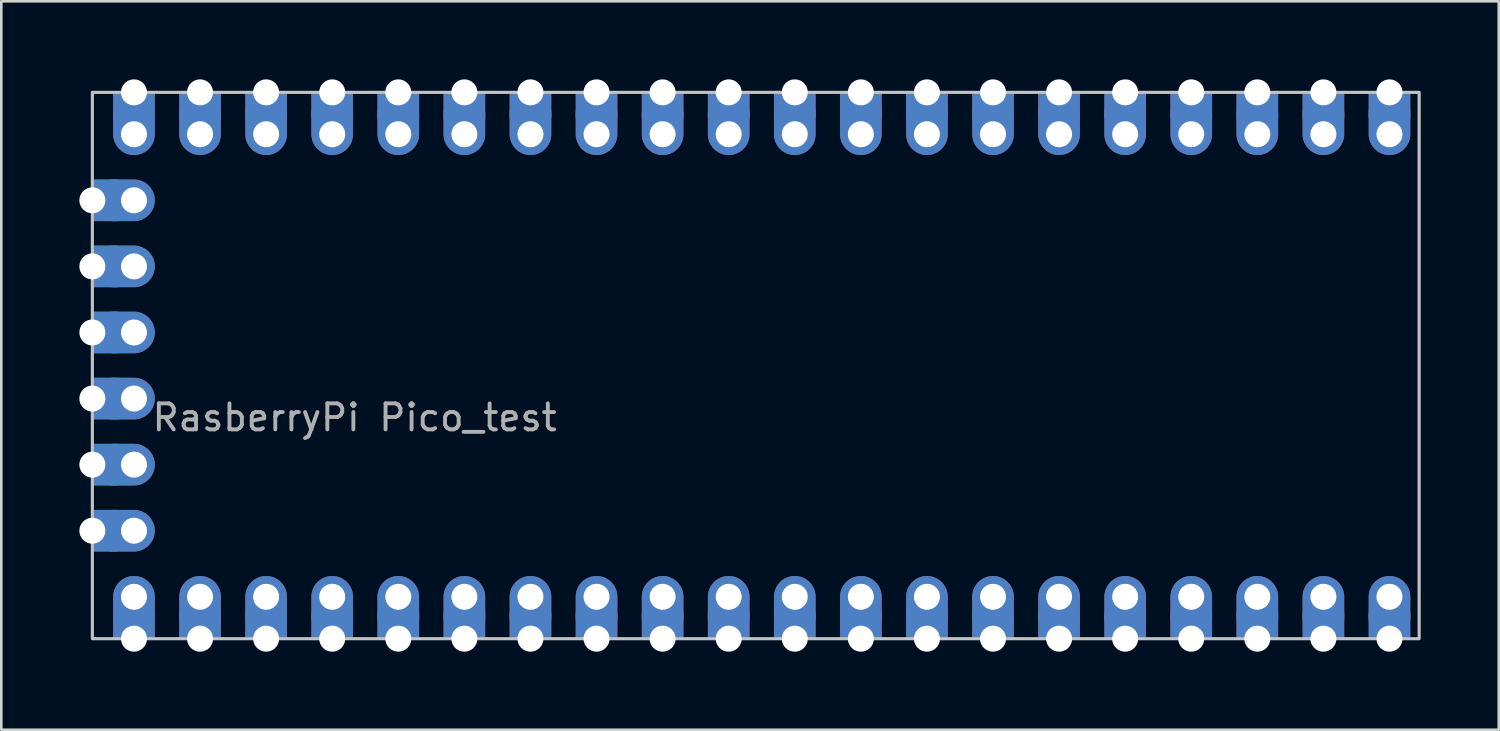
<source format=kicad_pcb>
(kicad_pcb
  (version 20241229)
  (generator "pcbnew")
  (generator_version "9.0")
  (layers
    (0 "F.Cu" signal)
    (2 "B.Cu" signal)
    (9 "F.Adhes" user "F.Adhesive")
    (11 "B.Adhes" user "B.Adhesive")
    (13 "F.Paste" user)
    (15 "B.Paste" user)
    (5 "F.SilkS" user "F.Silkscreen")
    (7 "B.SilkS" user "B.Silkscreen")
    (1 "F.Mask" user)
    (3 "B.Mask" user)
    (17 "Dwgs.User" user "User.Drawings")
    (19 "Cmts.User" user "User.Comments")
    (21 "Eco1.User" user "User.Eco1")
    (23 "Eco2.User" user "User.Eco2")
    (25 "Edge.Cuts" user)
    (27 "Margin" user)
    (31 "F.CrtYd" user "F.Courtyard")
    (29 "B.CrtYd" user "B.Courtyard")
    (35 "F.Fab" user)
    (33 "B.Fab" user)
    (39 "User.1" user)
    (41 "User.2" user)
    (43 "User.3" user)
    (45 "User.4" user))
  (footprint "RasberryPi Pico_test"
    (layer "F.Cu")
    (at 0.5 0.5)
    (property "Reference" "RasberryPi Pico_test" (at 10.08 12.5 0) (unlocked yes) (layer "F.Fab") (effects (font (size 1 1) (thickness 0.15))))
    (attr through_hole exclude_from_pos_files exclude_from_bom allow_missing_courtyard)
    (fp_rect (start 0 0) (end 51 21) (stroke (width 0.12) (type solid)) (fill no) (layer "Dwgs.User"))
    (pad "1" thru_hole rect (at 49.86 0) (size 1.6 1) (drill 1 (offset 0 0.5)) (property pad_prop_castellated) (layers "*.Cu" "*.Mask"))
    (pad "1" thru_hole oval (at 49.86 1.61) (size 1.6 2.4) (drill 1 (offset 0 -0.4)) (layers "*.Cu" "*.Mask"))
    (pad "2" thru_hole rect (at 47.32 0) (size 1.6 1) (drill 1 (offset 0 0.5)) (property pad_prop_castellated) (layers "*.Cu" "*.Mask"))
    (pad "2" thru_hole oval (at 47.32 1.61) (size 1.6 2.4) (drill 1 (offset 0 -0.4)) (layers "*.Cu" "*.Mask"))
    (pad "3" thru_hole rect (at 44.78 0) (size 1.6 1) (drill 1 (offset 0 0.5)) (property pad_prop_castellated) (layers "*.Cu" "*.Mask"))
    (pad "3" thru_hole oval (at 44.78 1.61) (size 1.6 2.4) (drill 1 (offset 0 -0.4)) (layers "*.Cu" "*.Mask"))
    (pad "4" thru_hole rect (at 42.24 0) (size 1.6 1) (drill 1 (offset 0 0.5)) (property pad_prop_castellated) (layers "*.Cu" "*.Mask"))
    (pad "4" thru_hole oval (at 42.24 1.61) (size 1.6 2.4) (drill 1 (offset 0 -0.4)) (layers "*.Cu" "*.Mask"))
    (pad "5" thru_hole rect (at 39.7 0) (size 1.6 1) (drill 1 (offset 0 0.5)) (property pad_prop_castellated) (layers "*.Cu" "*.Mask"))
    (pad "5" thru_hole oval (at 39.7 1.61) (size 1.6 2.4) (drill 1 (offset 0 -0.4)) (layers "*.Cu" "*.Mask"))
    (pad "6" thru_hole rect (at 37.16 0) (size 1.6 1) (drill 1 (offset 0 0.5)) (property pad_prop_castellated) (layers "*.Cu" "*.Mask"))
    (pad "6" thru_hole oval (at 37.16 1.61) (size 1.6 2.4) (drill 1 (offset 0 -0.4)) (layers "*.Cu" "*.Mask"))
    (pad "7" thru_hole rect (at 34.62 0) (size 1.6 1) (drill 1 (offset 0 0.5)) (property pad_prop_castellated) (layers "*.Cu" "*.Mask"))
    (pad "7" thru_hole oval (at 34.62 1.61) (size 1.6 2.4) (drill 1 (offset 0 -0.4)) (layers "*.Cu" "*.Mask"))
    (pad "8" thru_hole rect (at 32.08 0) (size 1.6 1) (drill 1 (offset 0 0.5)) (property pad_prop_castellated) (layers "*.Cu" "*.Mask"))
    (pad "8" thru_hole oval (at 32.08 1.61) (size 1.6 2.4) (drill 1 (offset 0 -0.4)) (layers "*.Cu" "*.Mask"))
    (pad "9" thru_hole rect (at 29.54 0) (size 1.6 1) (drill 1 (offset 0 0.5)) (property pad_prop_castellated) (layers "*.Cu" "*.Mask"))
    (pad "9" thru_hole oval (at 29.54 1.61) (size 1.6 2.4) (drill 1 (offset 0 -0.4)) (layers "*.Cu" "*.Mask"))
    (pad "10" thru_hole rect (at 27 0) (size 1.6 1) (drill 1 (offset 0 0.5)) (property pad_prop_castellated) (layers "*.Cu" "*.Mask"))
    (pad "10" thru_hole oval (at 27 1.61) (size 1.6 2.4) (drill 1 (offset 0 -0.4)) (layers "*.Cu" "*.Mask"))
    (pad "11" thru_hole rect (at 24.46 0) (size 1.6 1) (drill 1 (offset 0 0.5)) (property pad_prop_castellated) (layers "*.Cu" "*.Mask"))
    (pad "11" thru_hole oval (at 24.46 1.61) (size 1.6 2.4) (drill 1 (offset 0 -0.4)) (layers "*.Cu" "*.Mask"))
    (pad "12" thru_hole rect (at 21.92 0) (size 1.6 1) (drill 1 (offset 0 0.5)) (property pad_prop_castellated) (layers "*.Cu" "*.Mask"))
    (pad "12" thru_hole oval (at 21.92 1.61) (size 1.6 2.4) (drill 1 (offset 0 -0.4)) (layers "*.Cu" "*.Mask"))
    (pad "13" thru_hole rect (at 19.38 0) (size 1.6 1) (drill 1 (offset 0 0.5)) (property pad_prop_castellated) (layers "*.Cu" "*.Mask"))
    (pad "13" thru_hole oval (at 19.38 1.61) (size 1.6 2.4) (drill 1 (offset 0 -0.4)) (layers "*.Cu" "*.Mask"))
    (pad "14" thru_hole rect (at 16.84 0) (size 1.6 1) (drill 1 (offset 0 0.5)) (property pad_prop_castellated) (layers "*.Cu" "*.Mask"))
    (pad "14" thru_hole oval (at 16.84 1.61) (size 1.6 2.4) (drill 1 (offset 0 -0.4)) (layers "*.Cu" "*.Mask"))
    (pad "15" thru_hole rect (at 14.3 0) (size 1.6 1) (drill 1 (offset 0 0.5)) (property pad_prop_castellated) (layers "*.Cu" "*.Mask"))
    (pad "15" thru_hole oval (at 14.3 1.61) (size 1.6 2.4) (drill 1 (offset 0 -0.4)) (layers "*.Cu" "*.Mask"))
    (pad "16" thru_hole rect (at 11.76 0) (size 1.6 1) (drill 1 (offset 0 0.5)) (property pad_prop_castellated) (layers "*.Cu" "*.Mask"))
    (pad "16" thru_hole oval (at 11.76 1.61) (size 1.6 2.4) (drill 1 (offset 0 -0.4)) (layers "*.Cu" "*.Mask"))
    (pad "17" thru_hole rect (at 9.22 0) (size 1.6 1) (drill 1 (offset 0 0.5)) (property pad_prop_castellated) (layers "*.Cu" "*.Mask"))
    (pad "17" thru_hole oval (at 9.22 1.61) (size 1.6 2.4) (drill 1 (offset 0 -0.4)) (layers "*.Cu" "*.Mask"))
    (pad "18" thru_hole rect (at 6.68 0) (size 1.6 1) (drill 1 (offset 0 0.5)) (property pad_prop_castellated) (layers "*.Cu" "*.Mask"))
    (pad "18" thru_hole oval (at 6.68 1.61) (size 1.6 2.4) (drill 1 (offset 0 -0.4)) (layers "*.Cu" "*.Mask"))
    (pad "19" thru_hole rect (at 4.14 0) (size 1.6 1) (drill 1 (offset 0 0.5)) (property pad_prop_castellated) (layers "*.Cu" "*.Mask"))
    (pad "19" thru_hole oval (at 4.14 1.61) (size 1.6 2.4) (drill 1 (offset 0 -0.4)) (layers "*.Cu" "*.Mask"))
    (pad "20" thru_hole rect (at 1.6 0) (size 1.6 1) (drill 1 (offset 0 0.5)) (property pad_prop_castellated) (layers "*.Cu" "*.Mask"))
    (pad "20" thru_hole oval (at 1.6 1.61) (size 1.6 2.4) (drill 1 (offset 0 -0.4)) (layers "*.Cu" "*.Mask"))
    (pad "21" thru_hole rect (at 0 4.15 90) (size 1.6 1) (drill 1 (offset 0 0.5)) (property pad_prop_castellated) (layers "*.Cu" "*.Mask"))
    (pad "21" thru_hole oval (at 1.6 4.15 90) (size 1.6 2.4) (drill 1 (offset 0 -0.4)) (layers "*.Cu" "*.Mask"))
    (pad "22" thru_hole rect (at 0 6.69 90) (size 1.6 1) (drill 1 (offset 0 0.5)) (property pad_prop_castellated) (layers "*.Cu" "*.Mask"))
    (pad "22" thru_hole oval (at 1.6 6.69 90) (size 1.6 2.4) (drill 1 (offset 0 -0.4)) (layers "*.Cu" "*.Mask"))
    (pad "23" thru_hole rect (at 0 9.23 90) (size 1.6 1) (drill 1 (offset 0 0.5)) (property pad_prop_castellated) (layers "*.Cu" "*.Mask"))
    (pad "23" thru_hole oval (at 1.6 9.23 90) (size 1.6 2.4) (drill 1 (offset 0 -0.4)) (layers "*.Cu" "*.Mask"))
    (pad "24" thru_hole rect (at 0 11.77 90) (size 1.6 1) (drill 1 (offset 0 0.5)) (property pad_prop_castellated) (layers "*.Cu" "*.Mask"))
    (pad "24" thru_hole oval (at 1.6 11.77 90) (size 1.6 2.4) (drill 1 (offset 0 -0.4)) (layers "*.Cu" "*.Mask"))
    (pad "25" thru_hole rect (at 0 14.31 90) (size 1.6 1) (drill 1 (offset 0 0.5)) (property pad_prop_castellated) (layers "*.Cu" "*.Mask"))
    (pad "25" thru_hole oval (at 1.6 14.31 90) (size 1.6 2.4) (drill 1 (offset 0 -0.4)) (layers "*.Cu" "*.Mask"))
    (pad "26" thru_hole rect (at 0 16.85 90) (size 1.6 1) (drill 1 (offset 0 0.5)) (property pad_prop_castellated) (layers "*.Cu" "*.Mask"))
    (pad "26" thru_hole oval (at 1.6 16.85 90) (size 1.6 2.4) (drill 1 (offset 0 -0.4)) (layers "*.Cu" "*.Mask"))
    (pad "27" thru_hole oval (at 1.6 19.39 180) (size 1.6 2.4) (drill 1 (offset 0 -0.4)) (layers "*.Cu" "*.Mask"))
    (pad "27" thru_hole rect (at 1.6 21 180) (size 1.6 1) (drill 1 (offset 0 0.5)) (property pad_prop_castellated) (layers "*.Cu" "*.Mask"))
    (pad "28" thru_hole oval (at 4.14 19.39 180) (size 1.6 2.4) (drill 1 (offset 0 -0.4)) (layers "*.Cu" "*.Mask"))
    (pad "28" thru_hole rect (at 4.14 21 180) (size 1.6 1) (drill 1 (offset 0 0.5)) (property pad_prop_castellated) (layers "*.Cu" "*.Mask"))
    (pad "29" thru_hole oval (at 6.68 19.39 180) (size 1.6 2.4) (drill 1 (offset 0 -0.4)) (layers "*.Cu" "*.Mask"))
    (pad "29" thru_hole rect (at 6.68 21 180) (size 1.6 1) (drill 1 (offset 0 0.5)) (property pad_prop_castellated) (layers "*.Cu" "*.Mask"))
    (pad "30" thru_hole oval (at 9.22 19.39 180) (size 1.6 2.4) (drill 1 (offset 0 -0.4)) (layers "*.Cu" "*.Mask"))
    (pad "30" thru_hole rect (at 9.22 21 180) (size 1.6 1) (drill 1 (offset 0 0.5)) (property pad_prop_castellated) (layers "*.Cu" "*.Mask"))
    (pad "31" thru_hole oval (at 11.76 19.39 180) (size 1.6 2.4) (drill 1 (offset 0 -0.4)) (layers "*.Cu" "*.Mask"))
    (pad "31" thru_hole rect (at 11.76 21 180) (size 1.6 1) (drill 1 (offset 0 0.5)) (property pad_prop_castellated) (layers "*.Cu" "*.Mask"))
    (pad "32" thru_hole oval (at 14.3 19.39 180) (size 1.6 2.4) (drill 1 (offset 0 -0.4)) (layers "*.Cu" "*.Mask"))
    (pad "32" thru_hole rect (at 14.3 21 180) (size 1.6 1) (drill 1 (offset 0 0.5)) (property pad_prop_castellated) (layers "*.Cu" "*.Mask"))
    (pad "33" thru_hole oval (at 16.84 19.39 180) (size 1.6 2.4) (drill 1 (offset 0 -0.4)) (layers "*.Cu" "*.Mask"))
    (pad "33" thru_hole rect (at 16.84 21 180) (size 1.6 1) (drill 1 (offset 0 0.5)) (property pad_prop_castellated) (layers "*.Cu" "*.Mask"))
    (pad "34" thru_hole oval (at 19.38 19.39 180) (size 1.6 2.4) (drill 1 (offset 0 -0.4)) (layers "*.Cu" "*.Mask"))
    (pad "34" thru_hole rect (at 19.38 21 180) (size 1.6 1) (drill 1 (offset 0 0.5)) (property pad_prop_castellated) (layers "*.Cu" "*.Mask"))
    (pad "35" thru_hole oval (at 21.92 19.39 180) (size 1.6 2.4) (drill 1 (offset 0 -0.4)) (layers "*.Cu" "*.Mask"))
    (pad "35" thru_hole rect (at 21.92 21 180) (size 1.6 1) (drill 1 (offset 0 0.5)) (property pad_prop_castellated) (layers "*.Cu" "*.Mask"))
    (pad "36" thru_hole oval (at 24.46 19.39 180) (size 1.6 2.4) (drill 1 (offset 0 -0.4)) (layers "*.Cu" "*.Mask"))
    (pad "36" thru_hole rect (at 24.46 21 180) (size 1.6 1) (drill 1 (offset 0 0.5)) (property pad_prop_castellated) (layers "*.Cu" "*.Mask"))
    (pad "37" thru_hole oval (at 27 19.39 180) (size 1.6 2.4) (drill 1 (offset 0 -0.4)) (layers "*.Cu" "*.Mask"))
    (pad "37" thru_hole rect (at 27 21 180) (size 1.6 1) (drill 1 (offset 0 0.5)) (property pad_prop_castellated) (layers "*.Cu" "*.Mask"))
    (pad "38" thru_hole oval (at 29.54 19.39 180) (size 1.6 2.4) (drill 1 (offset 0 -0.4)) (layers "*.Cu" "*.Mask"))
    (pad "38" thru_hole rect (at 29.54 21 180) (size 1.6 1) (drill 1 (offset 0 0.5)) (property pad_prop_castellated) (layers "*.Cu" "*.Mask"))
    (pad "39" thru_hole oval (at 32.08 19.39 180) (size 1.6 2.4) (drill 1 (offset 0 -0.4)) (layers "*.Cu" "*.Mask"))
    (pad "39" thru_hole rect (at 32.08 21 180) (size 1.6 1) (drill 1 (offset 0 0.5)) (property pad_prop_castellated) (layers "*.Cu" "*.Mask"))
    (pad "40" thru_hole oval (at 34.62 19.39 180) (size 1.6 2.4) (drill 1 (offset 0 -0.4)) (layers "*.Cu" "*.Mask"))
    (pad "40" thru_hole rect (at 34.62 21 180) (size 1.6 1) (drill 1 (offset 0 0.5)) (property pad_prop_castellated) (layers "*.Cu" "*.Mask"))
    (pad "41" thru_hole oval (at 37.16 19.39 180) (size 1.6 2.4) (drill 1 (offset 0 -0.4)) (layers "*.Cu" "*.Mask"))
    (pad "41" thru_hole rect (at 37.16 21 180) (size 1.6 1) (drill 1 (offset 0 0.5)) (property pad_prop_castellated) (layers "*.Cu" "*.Mask"))
    (pad "42" thru_hole oval (at 39.7 19.39 180) (size 1.6 2.4) (drill 1 (offset 0 -0.4)) (layers "*.Cu" "*.Mask"))
    (pad "42" thru_hole rect (at 39.7 21 180) (size 1.6 1) (drill 1 (offset 0 0.5)) (property pad_prop_castellated) (layers "*.Cu" "*.Mask"))
    (pad "43" thru_hole oval (at 42.24 19.39 180) (size 1.6 2.4) (drill 1 (offset 0 -0.4)) (layers "*.Cu" "*.Mask"))
    (pad "43" thru_hole rect (at 42.24 21 180) (size 1.6 1) (drill 1 (offset 0 0.5)) (property pad_prop_castellated) (layers "*.Cu" "*.Mask"))
    (pad "44" thru_hole oval (at 44.78 19.39 180) (size 1.6 2.4) (drill 1 (offset 0 -0.4)) (layers "*.Cu" "*.Mask"))
    (pad "44" thru_hole rect (at 44.78 21 180) (size 1.6 1) (drill 1 (offset 0 0.5)) (property pad_prop_castellated) (layers "*.Cu" "*.Mask"))
    (pad "45" thru_hole oval (at 47.32 19.39 180) (size 1.6 2.4) (drill 1 (offset 0 -0.4)) (layers "*.Cu" "*.Mask"))
    (pad "45" thru_hole rect (at 47.32 21 180) (size 1.6 1) (drill 1 (offset 0 0.5)) (property pad_prop_castellated) (layers "*.Cu" "*.Mask"))
    (pad "46" thru_hole oval (at 49.86 19.39 180) (size 1.6 2.4) (drill 1 (offset 0 -0.4)) (layers "*.Cu" "*.Mask"))
    (pad "46" thru_hole rect (at 49.86 21 180) (size 1.6 1) (drill 1 (offset 0 0.5)) (property pad_prop_castellated) (layers "*.Cu" "*.Mask")))
  (gr_rect
    (start -3 -3)
    (end 54.56 25)
    (stroke (width 0.1) (type default))
    (fill no)
    (layer "Edge.Cuts")))
</source>
